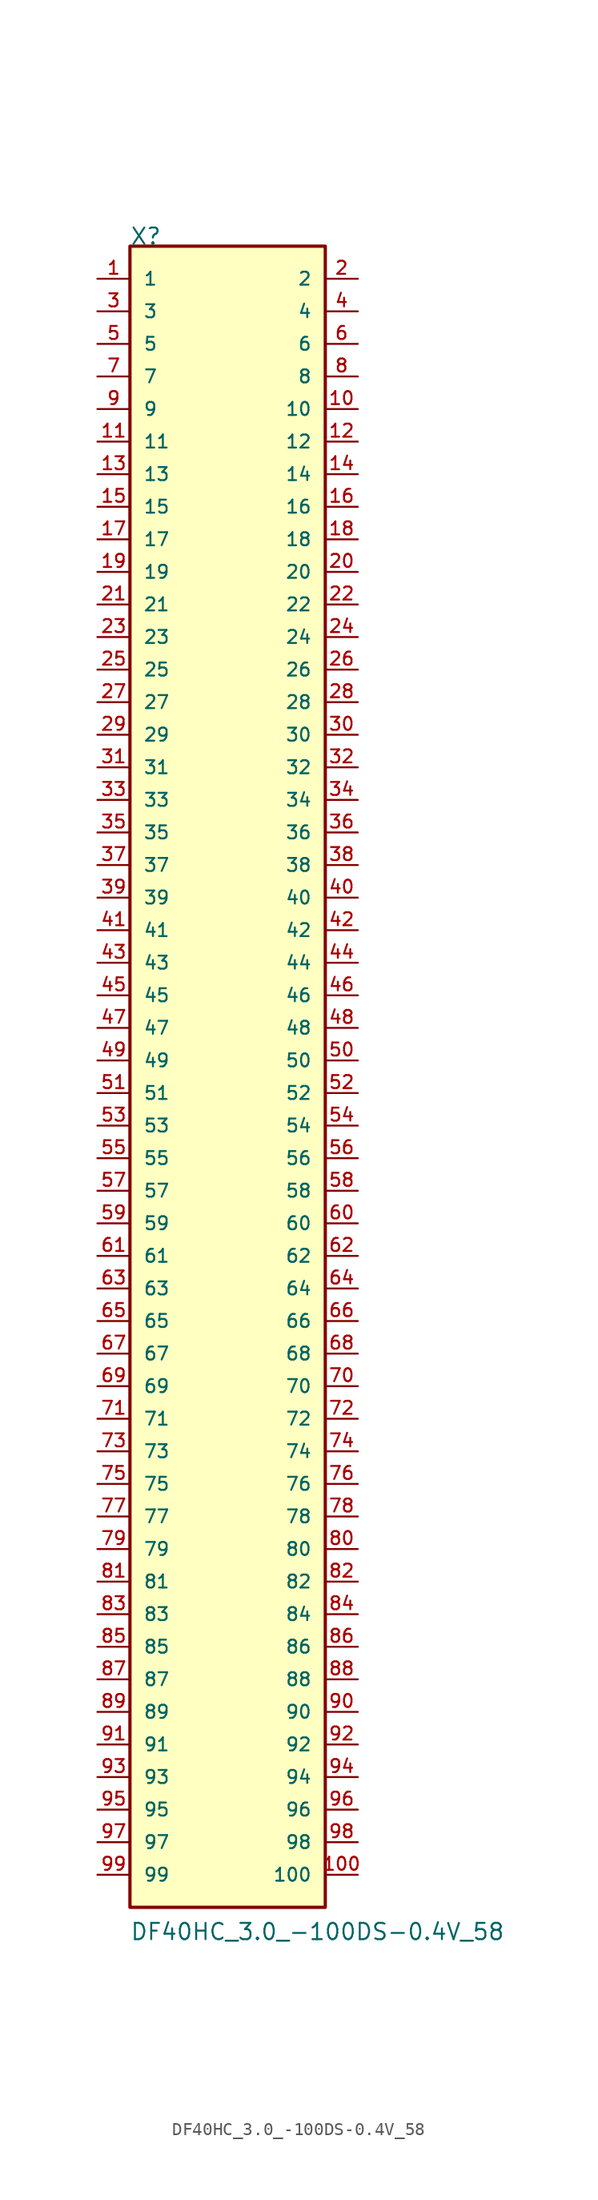
<source format=kicad_sym>
(kicad_symbol_lib
  (version 20211014)
  (generator kicad_symbol_editor)
  (symbol "DF40HC_3.0_-100DS-0.4V_58"
    (pin_names
      (offset 1.016))
    (property "Reference" "X"
      (at -7.623 63.523 0)
      (effects (font (size 1.27 1.27)) (justify bottom left)))
    (property "Value" "DF40HC_3.0_-100DS-0.4V_58"
      (at -7.632 -68.684 0)
      (effects (font (size 1.27 1.27)) (justify bottom left)))
    (symbol "DF40HC_3.0_-100DS-0.4V_58_0_0"
      (rectangle (start -7.62 -66.04) (end 7.62 63.5) (stroke (width 0.254)) (fill (type background)))
      (pin passive line (at -10.16 60.96 0) (length 2.54) (name "1" (effects (font (size 1.016 1.016)))) (number "1" (effects (font (size 1.016 1.016)))))
      (pin passive line (at 10.16 60.96 180.0) (length 2.54) (name "2" (effects (font (size 1.016 1.016)))) (number "2" (effects (font (size 1.016 1.016)))))
      (pin passive line (at -10.16 58.42 0) (length 2.54) (name "3" (effects (font (size 1.016 1.016)))) (number "3" (effects (font (size 1.016 1.016)))))
      (pin passive line (at 10.16 58.42 180.0) (length 2.54) (name "4" (effects (font (size 1.016 1.016)))) (number "4" (effects (font (size 1.016 1.016)))))
      (pin passive line (at -10.16 55.88 0) (length 2.54) (name "5" (effects (font (size 1.016 1.016)))) (number "5" (effects (font (size 1.016 1.016)))))
      (pin passive line (at 10.16 55.88 180.0) (length 2.54) (name "6" (effects (font (size 1.016 1.016)))) (number "6" (effects (font (size 1.016 1.016)))))
      (pin passive line (at -10.16 53.34 0) (length 2.54) (name "7" (effects (font (size 1.016 1.016)))) (number "7" (effects (font (size 1.016 1.016)))))
      (pin passive line (at 10.16 53.34 180.0) (length 2.54) (name "8" (effects (font (size 1.016 1.016)))) (number "8" (effects (font (size 1.016 1.016)))))
      (pin passive line (at -10.16 50.8 0) (length 2.54) (name "9" (effects (font (size 1.016 1.016)))) (number "9" (effects (font (size 1.016 1.016)))))
      (pin passive line (at 10.16 50.8 180.0) (length 2.54) (name "10" (effects (font (size 1.016 1.016)))) (number "10" (effects (font (size 1.016 1.016)))))
      (pin passive line (at -10.16 48.26 0) (length 2.54) (name "11" (effects (font (size 1.016 1.016)))) (number "11" (effects (font (size 1.016 1.016)))))
      (pin passive line (at 10.16 48.26 180.0) (length 2.54) (name "12" (effects (font (size 1.016 1.016)))) (number "12" (effects (font (size 1.016 1.016)))))
      (pin passive line (at -10.16 45.72 0) (length 2.54) (name "13" (effects (font (size 1.016 1.016)))) (number "13" (effects (font (size 1.016 1.016)))))
      (pin passive line (at 10.16 45.72 180.0) (length 2.54) (name "14" (effects (font (size 1.016 1.016)))) (number "14" (effects (font (size 1.016 1.016)))))
      (pin passive line (at -10.16 43.18 0) (length 2.54) (name "15" (effects (font (size 1.016 1.016)))) (number "15" (effects (font (size 1.016 1.016)))))
      (pin passive line (at 10.16 43.18 180.0) (length 2.54) (name "16" (effects (font (size 1.016 1.016)))) (number "16" (effects (font (size 1.016 1.016)))))
      (pin passive line (at -10.16 40.64 0) (length 2.54) (name "17" (effects (font (size 1.016 1.016)))) (number "17" (effects (font (size 1.016 1.016)))))
      (pin passive line (at 10.16 40.64 180.0) (length 2.54) (name "18" (effects (font (size 1.016 1.016)))) (number "18" (effects (font (size 1.016 1.016)))))
      (pin passive line (at -10.16 38.1 0) (length 2.54) (name "19" (effects (font (size 1.016 1.016)))) (number "19" (effects (font (size 1.016 1.016)))))
      (pin passive line (at 10.16 38.1 180.0) (length 2.54) (name "20" (effects (font (size 1.016 1.016)))) (number "20" (effects (font (size 1.016 1.016)))))
      (pin passive line (at -10.16 35.56 0) (length 2.54) (name "21" (effects (font (size 1.016 1.016)))) (number "21" (effects (font (size 1.016 1.016)))))
      (pin passive line (at 10.16 35.56 180.0) (length 2.54) (name "22" (effects (font (size 1.016 1.016)))) (number "22" (effects (font (size 1.016 1.016)))))
      (pin passive line (at -10.16 33.02 0) (length 2.54) (name "23" (effects (font (size 1.016 1.016)))) (number "23" (effects (font (size 1.016 1.016)))))
      (pin passive line (at 10.16 33.02 180.0) (length 2.54) (name "24" (effects (font (size 1.016 1.016)))) (number "24" (effects (font (size 1.016 1.016)))))
      (pin passive line (at -10.16 30.48 0) (length 2.54) (name "25" (effects (font (size 1.016 1.016)))) (number "25" (effects (font (size 1.016 1.016)))))
      (pin passive line (at 10.16 30.48 180.0) (length 2.54) (name "26" (effects (font (size 1.016 1.016)))) (number "26" (effects (font (size 1.016 1.016)))))
      (pin passive line (at -10.16 27.94 0) (length 2.54) (name "27" (effects (font (size 1.016 1.016)))) (number "27" (effects (font (size 1.016 1.016)))))
      (pin passive line (at 10.16 27.94 180.0) (length 2.54) (name "28" (effects (font (size 1.016 1.016)))) (number "28" (effects (font (size 1.016 1.016)))))
      (pin passive line (at -10.16 25.4 0) (length 2.54) (name "29" (effects (font (size 1.016 1.016)))) (number "29" (effects (font (size 1.016 1.016)))))
      (pin passive line (at 10.16 25.4 180.0) (length 2.54) (name "30" (effects (font (size 1.016 1.016)))) (number "30" (effects (font (size 1.016 1.016)))))
      (pin passive line (at -10.16 22.86 0) (length 2.54) (name "31" (effects (font (size 1.016 1.016)))) (number "31" (effects (font (size 1.016 1.016)))))
      (pin passive line (at 10.16 22.86 180.0) (length 2.54) (name "32" (effects (font (size 1.016 1.016)))) (number "32" (effects (font (size 1.016 1.016)))))
      (pin passive line (at -10.16 20.32 0) (length 2.54) (name "33" (effects (font (size 1.016 1.016)))) (number "33" (effects (font (size 1.016 1.016)))))
      (pin passive line (at 10.16 20.32 180.0) (length 2.54) (name "34" (effects (font (size 1.016 1.016)))) (number "34" (effects (font (size 1.016 1.016)))))
      (pin passive line (at -10.16 17.78 0) (length 2.54) (name "35" (effects (font (size 1.016 1.016)))) (number "35" (effects (font (size 1.016 1.016)))))
      (pin passive line (at 10.16 17.78 180.0) (length 2.54) (name "36" (effects (font (size 1.016 1.016)))) (number "36" (effects (font (size 1.016 1.016)))))
      (pin passive line (at -10.16 15.24 0) (length 2.54) (name "37" (effects (font (size 1.016 1.016)))) (number "37" (effects (font (size 1.016 1.016)))))
      (pin passive line (at 10.16 15.24 180.0) (length 2.54) (name "38" (effects (font (size 1.016 1.016)))) (number "38" (effects (font (size 1.016 1.016)))))
      (pin passive line (at -10.16 12.7 0) (length 2.54) (name "39" (effects (font (size 1.016 1.016)))) (number "39" (effects (font (size 1.016 1.016)))))
      (pin passive line (at 10.16 12.7 180.0) (length 2.54) (name "40" (effects (font (size 1.016 1.016)))) (number "40" (effects (font (size 1.016 1.016)))))
      (pin passive line (at -10.16 10.16 0) (length 2.54) (name "41" (effects (font (size 1.016 1.016)))) (number "41" (effects (font (size 1.016 1.016)))))
      (pin passive line (at 10.16 10.16 180.0) (length 2.54) (name "42" (effects (font (size 1.016 1.016)))) (number "42" (effects (font (size 1.016 1.016)))))
      (pin passive line (at -10.16 7.62 0) (length 2.54) (name "43" (effects (font (size 1.016 1.016)))) (number "43" (effects (font (size 1.016 1.016)))))
      (pin passive line (at 10.16 7.62 180.0) (length 2.54) (name "44" (effects (font (size 1.016 1.016)))) (number "44" (effects (font (size 1.016 1.016)))))
      (pin passive line (at -10.16 5.08 0) (length 2.54) (name "45" (effects (font (size 1.016 1.016)))) (number "45" (effects (font (size 1.016 1.016)))))
      (pin passive line (at 10.16 5.08 180.0) (length 2.54) (name "46" (effects (font (size 1.016 1.016)))) (number "46" (effects (font (size 1.016 1.016)))))
      (pin passive line (at -10.16 2.54 0) (length 2.54) (name "47" (effects (font (size 1.016 1.016)))) (number "47" (effects (font (size 1.016 1.016)))))
      (pin passive line (at 10.16 2.54 180.0) (length 2.54) (name "48" (effects (font (size 1.016 1.016)))) (number "48" (effects (font (size 1.016 1.016)))))
      (pin passive line (at -10.16 0.0 0) (length 2.54) (name "49" (effects (font (size 1.016 1.016)))) (number "49" (effects (font (size 1.016 1.016)))))
      (pin passive line (at 10.16 0.0 180.0) (length 2.54) (name "50" (effects (font (size 1.016 1.016)))) (number "50" (effects (font (size 1.016 1.016)))))
      (pin passive line (at -10.16 -2.54 0) (length 2.54) (name "51" (effects (font (size 1.016 1.016)))) (number "51" (effects (font (size 1.016 1.016)))))
      (pin passive line (at 10.16 -2.54 180.0) (length 2.54) (name "52" (effects (font (size 1.016 1.016)))) (number "52" (effects (font (size 1.016 1.016)))))
      (pin passive line (at -10.16 -5.08 0) (length 2.54) (name "53" (effects (font (size 1.016 1.016)))) (number "53" (effects (font (size 1.016 1.016)))))
      (pin passive line (at 10.16 -5.08 180.0) (length 2.54) (name "54" (effects (font (size 1.016 1.016)))) (number "54" (effects (font (size 1.016 1.016)))))
      (pin passive line (at -10.16 -7.62 0) (length 2.54) (name "55" (effects (font (size 1.016 1.016)))) (number "55" (effects (font (size 1.016 1.016)))))
      (pin passive line (at 10.16 -7.62 180.0) (length 2.54) (name "56" (effects (font (size 1.016 1.016)))) (number "56" (effects (font (size 1.016 1.016)))))
      (pin passive line (at -10.16 -10.16 0) (length 2.54) (name "57" (effects (font (size 1.016 1.016)))) (number "57" (effects (font (size 1.016 1.016)))))
      (pin passive line (at 10.16 -10.16 180.0) (length 2.54) (name "58" (effects (font (size 1.016 1.016)))) (number "58" (effects (font (size 1.016 1.016)))))
      (pin passive line (at -10.16 -12.7 0) (length 2.54) (name "59" (effects (font (size 1.016 1.016)))) (number "59" (effects (font (size 1.016 1.016)))))
      (pin passive line (at 10.16 -12.7 180.0) (length 2.54) (name "60" (effects (font (size 1.016 1.016)))) (number "60" (effects (font (size 1.016 1.016)))))
      (pin passive line (at -10.16 -15.24 0) (length 2.54) (name "61" (effects (font (size 1.016 1.016)))) (number "61" (effects (font (size 1.016 1.016)))))
      (pin passive line (at 10.16 -15.24 180.0) (length 2.54) (name "62" (effects (font (size 1.016 1.016)))) (number "62" (effects (font (size 1.016 1.016)))))
      (pin passive line (at -10.16 -17.78 0) (length 2.54) (name "63" (effects (font (size 1.016 1.016)))) (number "63" (effects (font (size 1.016 1.016)))))
      (pin passive line (at 10.16 -17.78 180.0) (length 2.54) (name "64" (effects (font (size 1.016 1.016)))) (number "64" (effects (font (size 1.016 1.016)))))
      (pin passive line (at -10.16 -20.32 0) (length 2.54) (name "65" (effects (font (size 1.016 1.016)))) (number "65" (effects (font (size 1.016 1.016)))))
      (pin passive line (at 10.16 -20.32 180.0) (length 2.54) (name "66" (effects (font (size 1.016 1.016)))) (number "66" (effects (font (size 1.016 1.016)))))
      (pin passive line (at -10.16 -22.86 0) (length 2.54) (name "67" (effects (font (size 1.016 1.016)))) (number "67" (effects (font (size 1.016 1.016)))))
      (pin passive line (at 10.16 -22.86 180.0) (length 2.54) (name "68" (effects (font (size 1.016 1.016)))) (number "68" (effects (font (size 1.016 1.016)))))
      (pin passive line (at -10.16 -25.4 0) (length 2.54) (name "69" (effects (font (size 1.016 1.016)))) (number "69" (effects (font (size 1.016 1.016)))))
      (pin passive line (at 10.16 -25.4 180.0) (length 2.54) (name "70" (effects (font (size 1.016 1.016)))) (number "70" (effects (font (size 1.016 1.016)))))
      (pin passive line (at -10.16 -27.94 0) (length 2.54) (name "71" (effects (font (size 1.016 1.016)))) (number "71" (effects (font (size 1.016 1.016)))))
      (pin passive line (at 10.16 -27.94 180.0) (length 2.54) (name "72" (effects (font (size 1.016 1.016)))) (number "72" (effects (font (size 1.016 1.016)))))
      (pin passive line (at -10.16 -30.48 0) (length 2.54) (name "73" (effects (font (size 1.016 1.016)))) (number "73" (effects (font (size 1.016 1.016)))))
      (pin passive line (at 10.16 -30.48 180.0) (length 2.54) (name "74" (effects (font (size 1.016 1.016)))) (number "74" (effects (font (size 1.016 1.016)))))
      (pin passive line (at -10.16 -33.02 0) (length 2.54) (name "75" (effects (font (size 1.016 1.016)))) (number "75" (effects (font (size 1.016 1.016)))))
      (pin passive line (at 10.16 -33.02 180.0) (length 2.54) (name "76" (effects (font (size 1.016 1.016)))) (number "76" (effects (font (size 1.016 1.016)))))
      (pin passive line (at -10.16 -35.56 0) (length 2.54) (name "77" (effects (font (size 1.016 1.016)))) (number "77" (effects (font (size 1.016 1.016)))))
      (pin passive line (at 10.16 -35.56 180.0) (length 2.54) (name "78" (effects (font (size 1.016 1.016)))) (number "78" (effects (font (size 1.016 1.016)))))
      (pin passive line (at -10.16 -38.1 0) (length 2.54) (name "79" (effects (font (size 1.016 1.016)))) (number "79" (effects (font (size 1.016 1.016)))))
      (pin passive line (at 10.16 -38.1 180.0) (length 2.54) (name "80" (effects (font (size 1.016 1.016)))) (number "80" (effects (font (size 1.016 1.016)))))
      (pin passive line (at -10.16 -40.64 0) (length 2.54) (name "81" (effects (font (size 1.016 1.016)))) (number "81" (effects (font (size 1.016 1.016)))))
      (pin passive line (at 10.16 -40.64 180.0) (length 2.54) (name "82" (effects (font (size 1.016 1.016)))) (number "82" (effects (font (size 1.016 1.016)))))
      (pin passive line (at -10.16 -43.18 0) (length 2.54) (name "83" (effects (font (size 1.016 1.016)))) (number "83" (effects (font (size 1.016 1.016)))))
      (pin passive line (at 10.16 -43.18 180.0) (length 2.54) (name "84" (effects (font (size 1.016 1.016)))) (number "84" (effects (font (size 1.016 1.016)))))
      (pin passive line (at -10.16 -45.72 0) (length 2.54) (name "85" (effects (font (size 1.016 1.016)))) (number "85" (effects (font (size 1.016 1.016)))))
      (pin passive line (at 10.16 -45.72 180.0) (length 2.54) (name "86" (effects (font (size 1.016 1.016)))) (number "86" (effects (font (size 1.016 1.016)))))
      (pin passive line (at -10.16 -48.26 0) (length 2.54) (name "87" (effects (font (size 1.016 1.016)))) (number "87" (effects (font (size 1.016 1.016)))))
      (pin passive line (at 10.16 -48.26 180.0) (length 2.54) (name "88" (effects (font (size 1.016 1.016)))) (number "88" (effects (font (size 1.016 1.016)))))
      (pin passive line (at -10.16 -50.8 0) (length 2.54) (name "89" (effects (font (size 1.016 1.016)))) (number "89" (effects (font (size 1.016 1.016)))))
      (pin passive line (at 10.16 -50.8 180.0) (length 2.54) (name "90" (effects (font (size 1.016 1.016)))) (number "90" (effects (font (size 1.016 1.016)))))
      (pin passive line (at -10.16 -53.34 0) (length 2.54) (name "91" (effects (font (size 1.016 1.016)))) (number "91" (effects (font (size 1.016 1.016)))))
      (pin passive line (at 10.16 -53.34 180.0) (length 2.54) (name "92" (effects (font (size 1.016 1.016)))) (number "92" (effects (font (size 1.016 1.016)))))
      (pin passive line (at -10.16 -55.88 0) (length 2.54) (name "93" (effects (font (size 1.016 1.016)))) (number "93" (effects (font (size 1.016 1.016)))))
      (pin passive line (at 10.16 -55.88 180.0) (length 2.54) (name "94" (effects (font (size 1.016 1.016)))) (number "94" (effects (font (size 1.016 1.016)))))
      (pin passive line (at -10.16 -58.42 0) (length 2.54) (name "95" (effects (font (size 1.016 1.016)))) (number "95" (effects (font (size 1.016 1.016)))))
      (pin passive line (at 10.16 -58.42 180.0) (length 2.54) (name "96" (effects (font (size 1.016 1.016)))) (number "96" (effects (font (size 1.016 1.016)))))
      (pin passive line (at -10.16 -60.96 0) (length 2.54) (name "97" (effects (font (size 1.016 1.016)))) (number "97" (effects (font (size 1.016 1.016)))))
      (pin passive line (at 10.16 -60.96 180.0) (length 2.54) (name "98" (effects (font (size 1.016 1.016)))) (number "98" (effects (font (size 1.016 1.016)))))
      (pin passive line (at -10.16 -63.5 0) (length 2.54) (name "99" (effects (font (size 1.016 1.016)))) (number "99" (effects (font (size 1.016 1.016)))))
      (pin passive line (at 10.16 -63.5 180.0) (length 2.54) (name "100" (effects (font (size 1.016 1.016)))) (number "100" (effects (font (size 1.016 1.016))))))))
</source>
